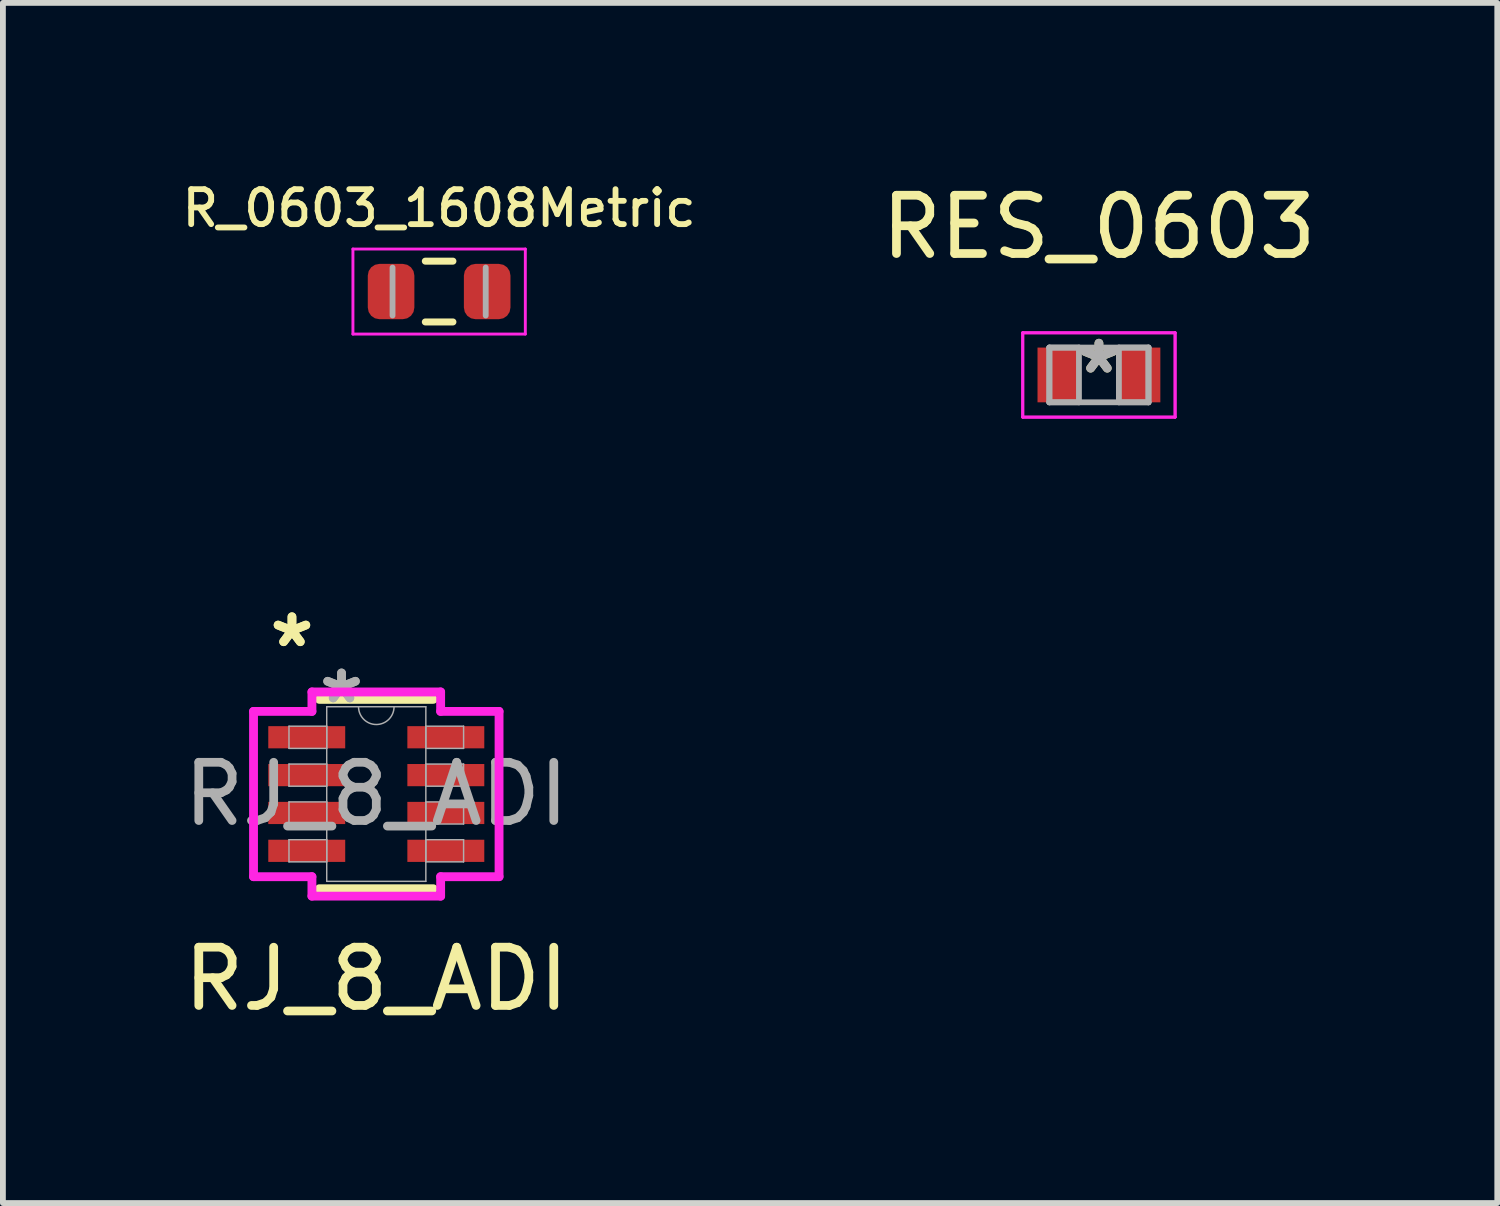
<source format=kicad_pcb>
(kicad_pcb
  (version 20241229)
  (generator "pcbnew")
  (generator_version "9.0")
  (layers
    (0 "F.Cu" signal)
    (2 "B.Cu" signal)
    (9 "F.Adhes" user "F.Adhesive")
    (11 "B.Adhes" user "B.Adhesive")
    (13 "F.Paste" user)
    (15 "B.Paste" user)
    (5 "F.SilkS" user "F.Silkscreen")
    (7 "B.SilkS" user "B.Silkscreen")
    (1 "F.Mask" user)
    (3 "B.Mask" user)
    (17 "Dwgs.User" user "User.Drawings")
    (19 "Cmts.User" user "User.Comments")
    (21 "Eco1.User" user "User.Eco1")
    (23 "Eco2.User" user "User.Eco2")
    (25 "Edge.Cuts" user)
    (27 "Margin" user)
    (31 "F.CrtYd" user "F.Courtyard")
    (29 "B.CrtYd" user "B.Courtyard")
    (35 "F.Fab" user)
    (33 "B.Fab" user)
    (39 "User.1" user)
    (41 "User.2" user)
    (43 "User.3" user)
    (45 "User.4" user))
  (footprint "R_0603_1608Metric"
    (layer "F.Cu")
    (at 4.49 1.956)
    (property "Reference" "R_0603_1608Metric" (at 0 -1.43 0) (layer "F.SilkS") (effects (font (size 0.6 0.6) (thickness 0.1) (bold yes))))
    (attr smd)
    (fp_line (start -0.237 -0.522) (end 0.237 -0.522) (stroke (width 0.12) (type solid)) (layer "F.SilkS"))
    (fp_line (start -0.237 0.522) (end 0.237 0.522) (stroke (width 0.12) (type solid)) (layer "F.SilkS"))
    (fp_line (start -1.48 -0.73) (end 1.48 -0.73) (stroke (width 0.05) (type solid)) (layer "F.CrtYd"))
    (fp_line (start -1.48 0.73) (end -1.48 -0.73) (stroke (width 0.05) (type solid)) (layer "F.CrtYd"))
    (fp_line (start 1.48 -0.73) (end 1.48 0.73) (stroke (width 0.05) (type solid)) (layer "F.CrtYd"))
    (fp_line (start 1.48 0.73) (end -1.48 0.73) (stroke (width 0.05) (type solid)) (layer "F.CrtYd"))
    (fp_line (start -0.8 0.412) (end -0.8 -0.412) (stroke (width 0.1) (type solid)) (layer "F.Fab"))
    (fp_line (start 0.8 -0.412) (end 0.8 0.412) (stroke (width 0.1) (type solid)) (layer "F.Fab"))
    (pad "1" smd roundrect (at -0.825 0) (size 0.8 0.95) (layers "F.Cu" "F.Mask" "F.Paste") (roundrect_rratio 0.25))
    (pad "2" smd roundrect (at 0.825 0) (size 0.8 0.95) (layers "F.Cu" "F.Mask" "F.Paste") (roundrect_rratio 0.25)))
  (footprint "RJ_8_ADI"
    (layer "F.Cu")
    (at 3.411 10.584)
    (property "Reference" "RJ_8_ADI" (at 0 3.175 0) (unlocked yes) (layer "F.SilkS") (effects (font (size 1 1) (thickness 0.15))))
    (attr smd)
    (fp_line (start -0.978 1.626) (end 0.978 1.626) (stroke (width 0.152) (type solid)) (layer "F.SilkS"))
    (fp_line (start 0.978 -1.626) (end -0.978 -1.626) (stroke (width 0.152) (type solid)) (layer "F.SilkS"))
    (fp_line (start -2.108 -1.419) (end -1.105 -1.419) (stroke (width 0.152) (type solid)) (layer "F.CrtYd"))
    (fp_line (start -2.108 1.419) (end -2.108 -1.419) (stroke (width 0.152) (type solid)) (layer "F.CrtYd"))
    (fp_line (start -1.105 -1.753) (end 1.105 -1.753) (stroke (width 0.152) (type solid)) (layer "F.CrtYd"))
    (fp_line (start -1.105 -1.419) (end -1.105 -1.753) (stroke (width 0.152) (type solid)) (layer "F.CrtYd"))
    (fp_line (start -1.105 1.419) (end -2.108 1.419) (stroke (width 0.152) (type solid)) (layer "F.CrtYd"))
    (fp_line (start -1.105 1.753) (end -1.105 1.419) (stroke (width 0.152) (type solid)) (layer "F.CrtYd"))
    (fp_line (start 1.105 -1.753) (end 1.105 -1.419) (stroke (width 0.152) (type solid)) (layer "F.CrtYd"))
    (fp_line (start 1.105 -1.419) (end 2.108 -1.419) (stroke (width 0.152) (type solid)) (layer "F.CrtYd"))
    (fp_line (start 1.105 1.419) (end 1.105 1.753) (stroke (width 0.152) (type solid)) (layer "F.CrtYd"))
    (fp_line (start 1.105 1.753) (end -1.105 1.753) (stroke (width 0.152) (type solid)) (layer "F.CrtYd"))
    (fp_line (start 2.108 -1.419) (end 2.108 1.419) (stroke (width 0.152) (type solid)) (layer "F.CrtYd"))
    (fp_line (start 2.108 1.419) (end 1.105 1.419) (stroke (width 0.152) (type solid)) (layer "F.CrtYd"))
    (fp_line (start -1.499 -1.165) (end -1.499 -0.784) (stroke (width 0.025) (type solid)) (layer "F.Fab"))
    (fp_line (start -1.499 -0.784) (end -0.851 -0.784) (stroke (width 0.025) (type solid)) (layer "F.Fab"))
    (fp_line (start -1.499 -0.515) (end -1.499 -0.135) (stroke (width 0.025) (type solid)) (layer "F.Fab"))
    (fp_line (start -1.499 -0.135) (end -0.851 -0.135) (stroke (width 0.025) (type solid)) (layer "F.Fab"))
    (fp_line (start -1.499 0.135) (end -1.499 0.515) (stroke (width 0.025) (type solid)) (layer "F.Fab"))
    (fp_line (start -1.499 0.515) (end -0.851 0.515) (stroke (width 0.025) (type solid)) (layer "F.Fab"))
    (fp_line (start -1.499 0.784) (end -1.499 1.165) (stroke (width 0.025) (type solid)) (layer "F.Fab"))
    (fp_line (start -1.499 1.165) (end -0.851 1.165) (stroke (width 0.025) (type solid)) (layer "F.Fab"))
    (fp_line (start -0.851 -1.499) (end -0.851 1.499) (stroke (width 0.025) (type solid)) (layer "F.Fab"))
    (fp_line (start -0.851 -1.165) (end -1.499 -1.165) (stroke (width 0.025) (type solid)) (layer "F.Fab"))
    (fp_line (start -0.851 -0.784) (end -0.851 -1.165) (stroke (width 0.025) (type solid)) (layer "F.Fab"))
    (fp_line (start -0.851 -0.515) (end -1.499 -0.515) (stroke (width 0.025) (type solid)) (layer "F.Fab"))
    (fp_line (start -0.851 -0.135) (end -0.851 -0.515) (stroke (width 0.025) (type solid)) (layer "F.Fab"))
    (fp_line (start -0.851 0.135) (end -1.499 0.135) (stroke (width 0.025) (type solid)) (layer "F.Fab"))
    (fp_line (start -0.851 0.515) (end -0.851 0.135) (stroke (width 0.025) (type solid)) (layer "F.Fab"))
    (fp_line (start -0.851 0.784) (end -1.499 0.784) (stroke (width 0.025) (type solid)) (layer "F.Fab"))
    (fp_line (start -0.851 1.165) (end -0.851 0.784) (stroke (width 0.025) (type solid)) (layer "F.Fab"))
    (fp_line (start -0.851 1.499) (end 0.851 1.499) (stroke (width 0.025) (type solid)) (layer "F.Fab"))
    (fp_line (start 0.851 -1.499) (end -0.851 -1.499) (stroke (width 0.025) (type solid)) (layer "F.Fab"))
    (fp_line (start 0.851 -1.165) (end 0.851 -0.784) (stroke (width 0.025) (type solid)) (layer "F.Fab"))
    (fp_line (start 0.851 -0.784) (end 1.499 -0.784) (stroke (width 0.025) (type solid)) (layer "F.Fab"))
    (fp_line (start 0.851 -0.515) (end 0.851 -0.135) (stroke (width 0.025) (type solid)) (layer "F.Fab"))
    (fp_line (start 0.851 -0.135) (end 1.499 -0.135) (stroke (width 0.025) (type solid)) (layer "F.Fab"))
    (fp_line (start 0.851 0.135) (end 0.851 0.515) (stroke (width 0.025) (type solid)) (layer "F.Fab"))
    (fp_line (start 0.851 0.515) (end 1.499 0.515) (stroke (width 0.025) (type solid)) (layer "F.Fab"))
    (fp_line (start 0.851 0.784) (end 0.851 1.165) (stroke (width 0.025) (type solid)) (layer "F.Fab"))
    (fp_line (start 0.851 1.165) (end 1.499 1.165) (stroke (width 0.025) (type solid)) (layer "F.Fab"))
    (fp_line (start 0.851 1.499) (end 0.851 -1.499) (stroke (width 0.025) (type solid)) (layer "F.Fab"))
    (fp_line (start 1.499 -1.165) (end 0.851 -1.165) (stroke (width 0.025) (type solid)) (layer "F.Fab"))
    (fp_line (start 1.499 -0.784) (end 1.499 -1.165) (stroke (width 0.025) (type solid)) (layer "F.Fab"))
    (fp_line (start 1.499 -0.515) (end 0.851 -0.515) (stroke (width 0.025) (type solid)) (layer "F.Fab"))
    (fp_line (start 1.499 -0.135) (end 1.499 -0.515) (stroke (width 0.025) (type solid)) (layer "F.Fab"))
    (fp_line (start 1.499 0.135) (end 0.851 0.135) (stroke (width 0.025) (type solid)) (layer "F.Fab"))
    (fp_line (start 1.499 0.515) (end 1.499 0.135) (stroke (width 0.025) (type solid)) (layer "F.Fab"))
    (fp_line (start 1.499 0.784) (end 0.851 0.784) (stroke (width 0.025) (type solid)) (layer "F.Fab"))
    (fp_line (start 1.499 1.165) (end 1.499 0.784) (stroke (width 0.025) (type solid)) (layer "F.Fab"))
    (fp_arc (start 0.3048 -1.4986) (mid 0 -1.1938) (end -0.3048 -1.4986) (stroke (width 0.0254) (type solid)) (layer "F.Fab"))
    (fp_text user "*" (at -1.448 -2.499 0) (unlocked yes) (layer "F.SilkS") (effects (font (size 1 1) (thickness 0.15))))
    (fp_text user "*" (at -1.448 -2.499 0) (layer "F.SilkS") (effects (font (size 1 1) (thickness 0.15))))
    (fp_text user "${REFERENCE}" (at 0 0 0) (unlocked yes) (layer "F.Fab") (effects (font (size 1 1) (thickness 0.15))))
    (fp_text user "*" (at -0.597 -1.534 0) (unlocked yes) (layer "F.Fab") (effects (font (size 1 1) (thickness 0.15))))
    (fp_text user "*" (at -0.597 -1.534 0) (layer "F.Fab") (effects (font (size 1 1) (thickness 0.15))))
    (pad "1" smd rect (at -1.194 -0.975) (size 1.321 0.381) (layers "F.Cu" "F.Mask" "F.Paste"))
    (pad "2" smd rect (at -1.194 -0.325) (size 1.321 0.381) (layers "F.Cu" "F.Mask" "F.Paste"))
    (pad "3" smd rect (at -1.194 0.325) (size 1.321 0.381) (layers "F.Cu" "F.Mask" "F.Paste"))
    (pad "4" smd rect (at -1.194 0.975) (size 1.321 0.381) (layers "F.Cu" "F.Mask" "F.Paste"))
    (pad "5" smd rect (at 1.194 0.975) (size 1.321 0.381) (layers "F.Cu" "F.Mask" "F.Paste"))
    (pad "6" smd rect (at 1.194 0.325) (size 1.321 0.381) (layers "F.Cu" "F.Mask" "F.Paste"))
    (pad "7" smd rect (at 1.194 -0.325) (size 1.321 0.381) (layers "F.Cu" "F.Mask" "F.Paste"))
    (pad "8" smd rect (at 1.194 -0.975) (size 1.321 0.381) (layers "F.Cu" "F.Mask" "F.Paste")))
  (footprint "RES_0603"
    (layer "F.Cu")
    (at 15.819 3.388)
    (property "Reference" "RES_0603" (at 0 -2.54 0) (layer "F.SilkS") (effects (font (size 1 1) (thickness 0.15))))
    (attr through_hole)
    (fp_line (start -1.308 -0.724) (end 1.308 -0.724) (stroke (width 0.05) (type solid)) (layer "F.CrtYd"))
    (fp_line (start -1.308 -0.724) (end 1.308 -0.724) (stroke (width 0.05) (type solid)) (layer "F.CrtYd"))
    (fp_line (start -1.308 0.724) (end -1.308 -0.724) (stroke (width 0.05) (type solid)) (layer "F.CrtYd"))
    (fp_line (start -1.308 0.724) (end -1.308 -0.724) (stroke (width 0.05) (type solid)) (layer "F.CrtYd"))
    (fp_line (start 1.308 -0.724) (end 1.308 0.724) (stroke (width 0.05) (type solid)) (layer "F.CrtYd"))
    (fp_line (start 1.308 -0.724) (end 1.308 0.724) (stroke (width 0.05) (type solid)) (layer "F.CrtYd"))
    (fp_line (start 1.308 0.724) (end -1.308 0.724) (stroke (width 0.05) (type solid)) (layer "F.CrtYd"))
    (fp_line (start 1.308 0.724) (end -1.308 0.724) (stroke (width 0.05) (type solid)) (layer "F.CrtYd"))
    (fp_line (start -0.851 -0.47) (end -0.851 0.47) (stroke (width 0.1) (type solid)) (layer "F.Fab"))
    (fp_line (start -0.851 -0.47) (end -0.851 0.47) (stroke (width 0.1) (type solid)) (layer "F.Fab"))
    (fp_line (start -0.851 0.47) (end -0.343 0.47) (stroke (width 0.1) (type solid)) (layer "F.Fab"))
    (fp_line (start -0.851 0.47) (end 0.851 0.47) (stroke (width 0.1) (type solid)) (layer "F.Fab"))
    (fp_line (start -0.343 -0.47) (end -0.851 -0.47) (stroke (width 0.1) (type solid)) (layer "F.Fab"))
    (fp_line (start -0.343 0.47) (end -0.343 -0.47) (stroke (width 0.1) (type solid)) (layer "F.Fab"))
    (fp_line (start 0.343 -0.47) (end 0.343 0.47) (stroke (width 0.1) (type solid)) (layer "F.Fab"))
    (fp_line (start 0.343 0.47) (end 0.851 0.47) (stroke (width 0.1) (type solid)) (layer "F.Fab"))
    (fp_line (start 0.851 -0.47) (end -0.851 -0.47) (stroke (width 0.1) (type solid)) (layer "F.Fab"))
    (fp_line (start 0.851 -0.47) (end 0.343 -0.47) (stroke (width 0.1) (type solid)) (layer "F.Fab"))
    (fp_line (start 0.851 0.47) (end 0.851 -0.47) (stroke (width 0.1) (type solid)) (layer "F.Fab"))
    (fp_line (start 0.851 0.47) (end 0.851 -0.47) (stroke (width 0.1) (type solid)) (layer "F.Fab"))
    (fp_text user "*" (at 0 0 0) (layer "F.SilkS") (effects (font (size 1 1) (thickness 0.15))))
    (fp_text user "*" (at 0 0 0) (layer "F.Fab") (effects (font (size 1 1) (thickness 0.15))))
    (pad "1" smd rect (at -0.699 0) (size 0.711 0.94) (layers "F.Cu" "F.Mask" "F.Paste"))
    (pad "2" smd rect (at 0.699 0) (size 0.711 0.94) (layers "F.Cu" "F.Mask" "F.Paste")))
  (gr_rect
    (start -3 -3)
    (end 22.659 17.607)
    (stroke (width 0.1) (type default))
    (fill no)
    (layer "Edge.Cuts")))
</source>
